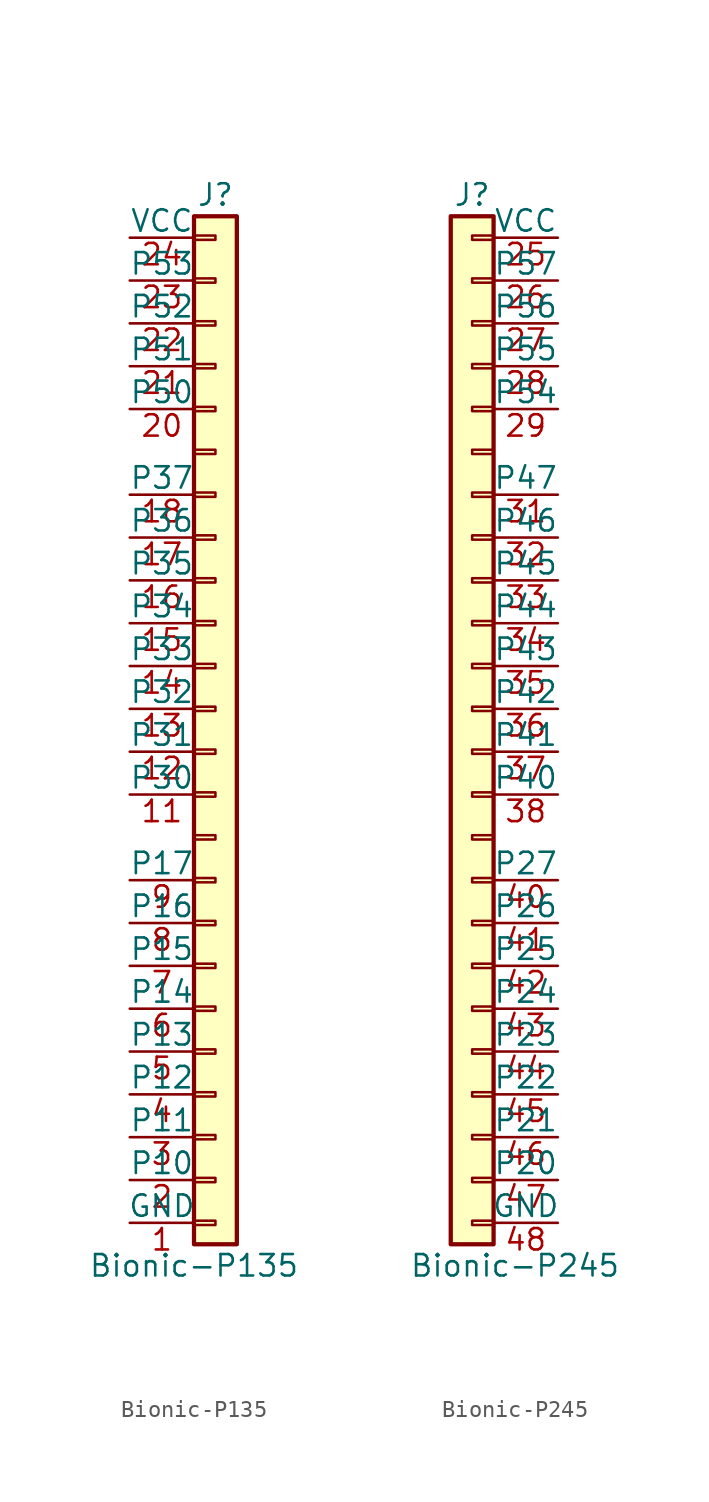
<source format=kicad_sym>
(kicad_symbol_lib
  (version 20231120)
  (generator "kicad_symbol_editor")
  (generator_version "8.0")
  (symbol "Bionic-P135"
    (pin_names
      (offset 0))
    (property "Reference" "J"
      (at 0 30.48 0)
      (effects (font (size 1.27 1.27))))
    (property "Value" "Bionic-P135"
      (at -1.27 -33.02 0)
      (effects (font (size 1.27 1.27))))
    (symbol "Bionic-P135_1_1"
      (rectangle (start 0 -30.353) (end -1.27 -30.607) (stroke (width 0.152) (type default)) (fill (type none)))
      (rectangle (start 0 -27.813) (end -1.27 -28.067) (stroke (width 0.152) (type default)) (fill (type none)))
      (rectangle (start 0 -25.273) (end -1.27 -25.527) (stroke (width 0.152) (type default)) (fill (type none)))
      (rectangle (start 0 -22.733) (end -1.27 -22.987) (stroke (width 0.152) (type default)) (fill (type none)))
      (rectangle (start 0 -20.193) (end -1.27 -20.447) (stroke (width 0.152) (type default)) (fill (type none)))
      (rectangle (start 0 -17.653) (end -1.27 -17.907) (stroke (width 0.152) (type default)) (fill (type none)))
      (rectangle (start 0 -15.113) (end -1.27 -15.367) (stroke (width 0.152) (type default)) (fill (type none)))
      (rectangle (start 0 -12.573) (end -1.27 -12.827) (stroke (width 0.152) (type default)) (fill (type none)))
      (rectangle (start 0 -10.033) (end -1.27 -10.287) (stroke (width 0.152) (type default)) (fill (type none)))
      (rectangle (start 0 -7.493) (end -1.27 -7.747) (stroke (width 0.152) (type default)) (fill (type none)))
      (rectangle (start 0 -4.953) (end -1.27 -5.207) (stroke (width 0.152) (type default)) (fill (type none)))
      (rectangle (start 0 -2.413) (end -1.27 -2.667) (stroke (width 0.152) (type default)) (fill (type none)))
      (rectangle (start 0 0.127) (end -1.27 -0.127) (stroke (width 0.152) (type default)) (fill (type none)))
      (rectangle (start 0 2.667) (end -1.27 2.413) (stroke (width 0.152) (type default)) (fill (type none)))
      (rectangle (start 0 5.207) (end -1.27 4.953) (stroke (width 0.152) (type default)) (fill (type none)))
      (rectangle (start 0 7.747) (end -1.27 7.493) (stroke (width 0.152) (type default)) (fill (type none)))
      (rectangle (start 0 10.287) (end -1.27 10.033) (stroke (width 0.152) (type default)) (fill (type none)))
      (rectangle (start 0 12.827) (end -1.27 12.573) (stroke (width 0.152) (type default)) (fill (type none)))
      (rectangle (start 0 15.367) (end -1.27 15.113) (stroke (width 0.152) (type default)) (fill (type none)))
      (rectangle (start 0 17.907) (end -1.27 17.653) (stroke (width 0.152) (type default)) (fill (type none)))
      (rectangle (start 0 20.447) (end -1.27 20.193) (stroke (width 0.152) (type default)) (fill (type none)))
      (rectangle (start 0 22.987) (end -1.27 22.733) (stroke (width 0.152) (type default)) (fill (type none)))
      (rectangle (start 0 25.527) (end -1.27 25.273) (stroke (width 0.152) (type default)) (fill (type none)))
      (rectangle (start 0 28.067) (end -1.27 27.813) (stroke (width 0.152) (type default)) (fill (type none)))
      (rectangle (start 1.27 29.21) (end -1.27 -31.75) (stroke (width 0.254) (type default)) (fill (type background)))
      (pin power_in line (at -5.08 -30.48 0) (length 3.81) (name "GND" (effects (font (size 1.27 1.27)))) (number "1" (effects (font (size 1.27 1.27)))))
      (pin bidirectional line (at -5.08 -5.08 0) (length 3.81) (name "P30" (effects (font (size 1.27 1.27)))) (number "11" (effects (font (size 1.27 1.27)))))
      (pin bidirectional line (at -5.08 -2.54 0) (length 3.81) (name "P31" (effects (font (size 1.27 1.27)))) (number "12" (effects (font (size 1.27 1.27)))))
      (pin bidirectional line (at -5.08 0 0) (length 3.81) (name "P32" (effects (font (size 1.27 1.27)))) (number "13" (effects (font (size 1.27 1.27)))))
      (pin bidirectional line (at -5.08 2.54 0) (length 3.81) (name "P33" (effects (font (size 1.27 1.27)))) (number "14" (effects (font (size 1.27 1.27)))))
      (pin bidirectional line (at -5.08 5.08 0) (length 3.81) (name "P34" (effects (font (size 1.27 1.27)))) (number "15" (effects (font (size 1.27 1.27)))))
      (pin bidirectional line (at -5.08 7.62 0) (length 3.81) (name "P35" (effects (font (size 1.27 1.27)))) (number "16" (effects (font (size 1.27 1.27)))))
      (pin bidirectional line (at -5.08 10.16 0) (length 3.81) (name "P36" (effects (font (size 1.27 1.27)))) (number "17" (effects (font (size 1.27 1.27)))))
      (pin bidirectional line (at -5.08 12.7 0) (length 3.81) (name "P37" (effects (font (size 1.27 1.27)))) (number "18" (effects (font (size 1.27 1.27)))))
      (pin bidirectional line (at -5.08 -27.94 0) (length 3.81) (name "P10" (effects (font (size 1.27 1.27)))) (number "2" (effects (font (size 1.27 1.27)))))
      (pin bidirectional line (at -5.08 17.78 0) (length 3.81) (name "P50" (effects (font (size 1.27 1.27)))) (number "20" (effects (font (size 1.27 1.27)))))
      (pin bidirectional line (at -5.08 20.32 0) (length 3.81) (name "P51" (effects (font (size 1.27 1.27)))) (number "21" (effects (font (size 1.27 1.27)))))
      (pin bidirectional line (at -5.08 22.86 0) (length 3.81) (name "P52" (effects (font (size 1.27 1.27)))) (number "22" (effects (font (size 1.27 1.27)))))
      (pin bidirectional line (at -5.08 25.4 0) (length 3.81) (name "P53" (effects (font (size 1.27 1.27)))) (number "23" (effects (font (size 1.27 1.27)))))
      (pin power_in line (at -5.08 27.94 0) (length 3.81) (name "VCC" (effects (font (size 1.27 1.27)))) (number "24" (effects (font (size 1.27 1.27)))))
      (pin bidirectional line (at -5.08 -25.4 0) (length 3.81) (name "P11" (effects (font (size 1.27 1.27)))) (number "3" (effects (font (size 1.27 1.27)))))
      (pin bidirectional line (at -5.08 -22.86 0) (length 3.81) (name "P12" (effects (font (size 1.27 1.27)))) (number "4" (effects (font (size 1.27 1.27)))))
      (pin bidirectional line (at -5.08 -20.32 0) (length 3.81) (name "P13" (effects (font (size 1.27 1.27)))) (number "5" (effects (font (size 1.27 1.27)))))
      (pin bidirectional line (at -5.08 -17.78 0) (length 3.81) (name "P14" (effects (font (size 1.27 1.27)))) (number "6" (effects (font (size 1.27 1.27)))))
      (pin bidirectional line (at -5.08 -15.24 0) (length 3.81) (name "P15" (effects (font (size 1.27 1.27)))) (number "7" (effects (font (size 1.27 1.27)))))
      (pin bidirectional line (at -5.08 -12.7 0) (length 3.81) (name "P16" (effects (font (size 1.27 1.27)))) (number "8" (effects (font (size 1.27 1.27)))))
      (pin bidirectional line (at -5.08 -10.16 0) (length 3.81) (name "P17" (effects (font (size 1.27 1.27)))) (number "9" (effects (font (size 1.27 1.27)))))))
  (symbol "Bionic-P245"
    (pin_names
      (offset 0))
    (property "Reference" "J"
      (at -3.81 30.48 0)
      (effects (font (size 1.27 1.27))))
    (property "Value" "Bionic-P245"
      (at -1.27 -33.02 0)
      (effects (font (size 1.27 1.27))))
    (symbol "Bionic-P245_1_1"
      (rectangle (start -2.54 -30.607) (end -3.81 -30.353) (stroke (width 0.152) (type default)) (fill (type none)))
      (rectangle (start -2.54 -28.067) (end -3.81 -27.813) (stroke (width 0.152) (type default)) (fill (type none)))
      (rectangle (start -2.54 -25.527) (end -3.81 -25.273) (stroke (width 0.152) (type default)) (fill (type none)))
      (rectangle (start -2.54 -22.987) (end -3.81 -22.733) (stroke (width 0.152) (type default)) (fill (type none)))
      (rectangle (start -2.54 -20.447) (end -3.81 -20.193) (stroke (width 0.152) (type default)) (fill (type none)))
      (rectangle (start -2.54 -17.907) (end -3.81 -17.653) (stroke (width 0.152) (type default)) (fill (type none)))
      (rectangle (start -2.54 -15.367) (end -3.81 -15.113) (stroke (width 0.152) (type default)) (fill (type none)))
      (rectangle (start -2.54 -12.827) (end -3.81 -12.573) (stroke (width 0.152) (type default)) (fill (type none)))
      (rectangle (start -2.54 -10.287) (end -3.81 -10.033) (stroke (width 0.152) (type default)) (fill (type none)))
      (rectangle (start -2.54 -7.747) (end -3.81 -7.493) (stroke (width 0.152) (type default)) (fill (type none)))
      (rectangle (start -2.54 -5.207) (end -3.81 -4.953) (stroke (width 0.152) (type default)) (fill (type none)))
      (rectangle (start -2.54 -2.667) (end -3.81 -2.413) (stroke (width 0.152) (type default)) (fill (type none)))
      (rectangle (start -2.54 -0.127) (end -3.81 0.127) (stroke (width 0.152) (type default)) (fill (type none)))
      (rectangle (start -2.54 2.413) (end -3.81 2.667) (stroke (width 0.152) (type default)) (fill (type none)))
      (rectangle (start -2.54 4.953) (end -3.81 5.207) (stroke (width 0.152) (type default)) (fill (type none)))
      (rectangle (start -2.54 7.493) (end -3.81 7.747) (stroke (width 0.152) (type default)) (fill (type none)))
      (rectangle (start -2.54 10.033) (end -3.81 10.287) (stroke (width 0.152) (type default)) (fill (type none)))
      (rectangle (start -2.54 12.573) (end -3.81 12.827) (stroke (width 0.152) (type default)) (fill (type none)))
      (rectangle (start -2.54 15.113) (end -3.81 15.367) (stroke (width 0.152) (type default)) (fill (type none)))
      (rectangle (start -2.54 17.653) (end -3.81 17.907) (stroke (width 0.152) (type default)) (fill (type none)))
      (rectangle (start -2.54 20.193) (end -3.81 20.447) (stroke (width 0.152) (type default)) (fill (type none)))
      (rectangle (start -2.54 22.733) (end -3.81 22.987) (stroke (width 0.152) (type default)) (fill (type none)))
      (rectangle (start -2.54 25.273) (end -3.81 25.527) (stroke (width 0.152) (type default)) (fill (type none)))
      (rectangle (start -2.54 27.813) (end -3.81 28.067) (stroke (width 0.152) (type default)) (fill (type none)))
      (rectangle (start -2.54 29.21) (end -5.08 -31.75) (stroke (width 0.254) (type default)) (fill (type background)))
      (pin power_in line (at 1.27 27.94 180) (length 3.81) (name "VCC" (effects (font (size 1.27 1.27)))) (number "25" (effects (font (size 1.27 1.27)))))
      (pin bidirectional line (at 1.27 25.4 180) (length 3.81) (name "P57" (effects (font (size 1.27 1.27)))) (number "26" (effects (font (size 1.27 1.27)))))
      (pin bidirectional line (at 1.27 22.86 180) (length 3.81) (name "P56" (effects (font (size 1.27 1.27)))) (number "27" (effects (font (size 1.27 1.27)))))
      (pin bidirectional line (at 1.27 20.32 180) (length 3.81) (name "P55" (effects (font (size 1.27 1.27)))) (number "28" (effects (font (size 1.27 1.27)))))
      (pin bidirectional line (at 1.27 17.78 180) (length 3.81) (name "P54" (effects (font (size 1.27 1.27)))) (number "29" (effects (font (size 1.27 1.27)))))
      (pin bidirectional line (at 1.27 12.7 180) (length 3.81) (name "P47" (effects (font (size 1.27 1.27)))) (number "31" (effects (font (size 1.27 1.27)))))
      (pin bidirectional line (at 1.27 10.16 180) (length 3.81) (name "P46" (effects (font (size 1.27 1.27)))) (number "32" (effects (font (size 1.27 1.27)))))
      (pin bidirectional line (at 1.27 7.62 180) (length 3.81) (name "P45" (effects (font (size 1.27 1.27)))) (number "33" (effects (font (size 1.27 1.27)))))
      (pin bidirectional line (at 1.27 5.08 180) (length 3.81) (name "P44" (effects (font (size 1.27 1.27)))) (number "34" (effects (font (size 1.27 1.27)))))
      (pin bidirectional line (at 1.27 2.54 180) (length 3.81) (name "P43" (effects (font (size 1.27 1.27)))) (number "35" (effects (font (size 1.27 1.27)))))
      (pin bidirectional line (at 1.27 0 180) (length 3.81) (name "P42" (effects (font (size 1.27 1.27)))) (number "36" (effects (font (size 1.27 1.27)))))
      (pin bidirectional line (at 1.27 -2.54 180) (length 3.81) (name "P41" (effects (font (size 1.27 1.27)))) (number "37" (effects (font (size 1.27 1.27)))))
      (pin bidirectional line (at 1.27 -5.08 180) (length 3.81) (name "P40" (effects (font (size 1.27 1.27)))) (number "38" (effects (font (size 1.27 1.27)))))
      (pin bidirectional line (at 1.27 -10.16 180) (length 3.81) (name "P27" (effects (font (size 1.27 1.27)))) (number "40" (effects (font (size 1.27 1.27)))))
      (pin bidirectional line (at 1.27 -12.7 180) (length 3.81) (name "P26" (effects (font (size 1.27 1.27)))) (number "41" (effects (font (size 1.27 1.27)))))
      (pin bidirectional line (at 1.27 -15.24 180) (length 3.81) (name "P25" (effects (font (size 1.27 1.27)))) (number "42" (effects (font (size 1.27 1.27)))))
      (pin bidirectional line (at 1.27 -17.78 180) (length 3.81) (name "P24" (effects (font (size 1.27 1.27)))) (number "43" (effects (font (size 1.27 1.27)))))
      (pin bidirectional line (at 1.27 -20.32 180) (length 3.81) (name "P23" (effects (font (size 1.27 1.27)))) (number "44" (effects (font (size 1.27 1.27)))))
      (pin bidirectional line (at 1.27 -22.86 180) (length 3.81) (name "P22" (effects (font (size 1.27 1.27)))) (number "45" (effects (font (size 1.27 1.27)))))
      (pin bidirectional line (at 1.27 -25.4 180) (length 3.81) (name "P21" (effects (font (size 1.27 1.27)))) (number "46" (effects (font (size 1.27 1.27)))))
      (pin bidirectional line (at 1.27 -27.94 180) (length 3.81) (name "P20" (effects (font (size 1.27 1.27)))) (number "47" (effects (font (size 1.27 1.27)))))
      (pin power_in line (at 1.27 -30.48 180) (length 3.81) (name "GND" (effects (font (size 1.27 1.27)))) (number "48" (effects (font (size 1.27 1.27))))))))
</source>
